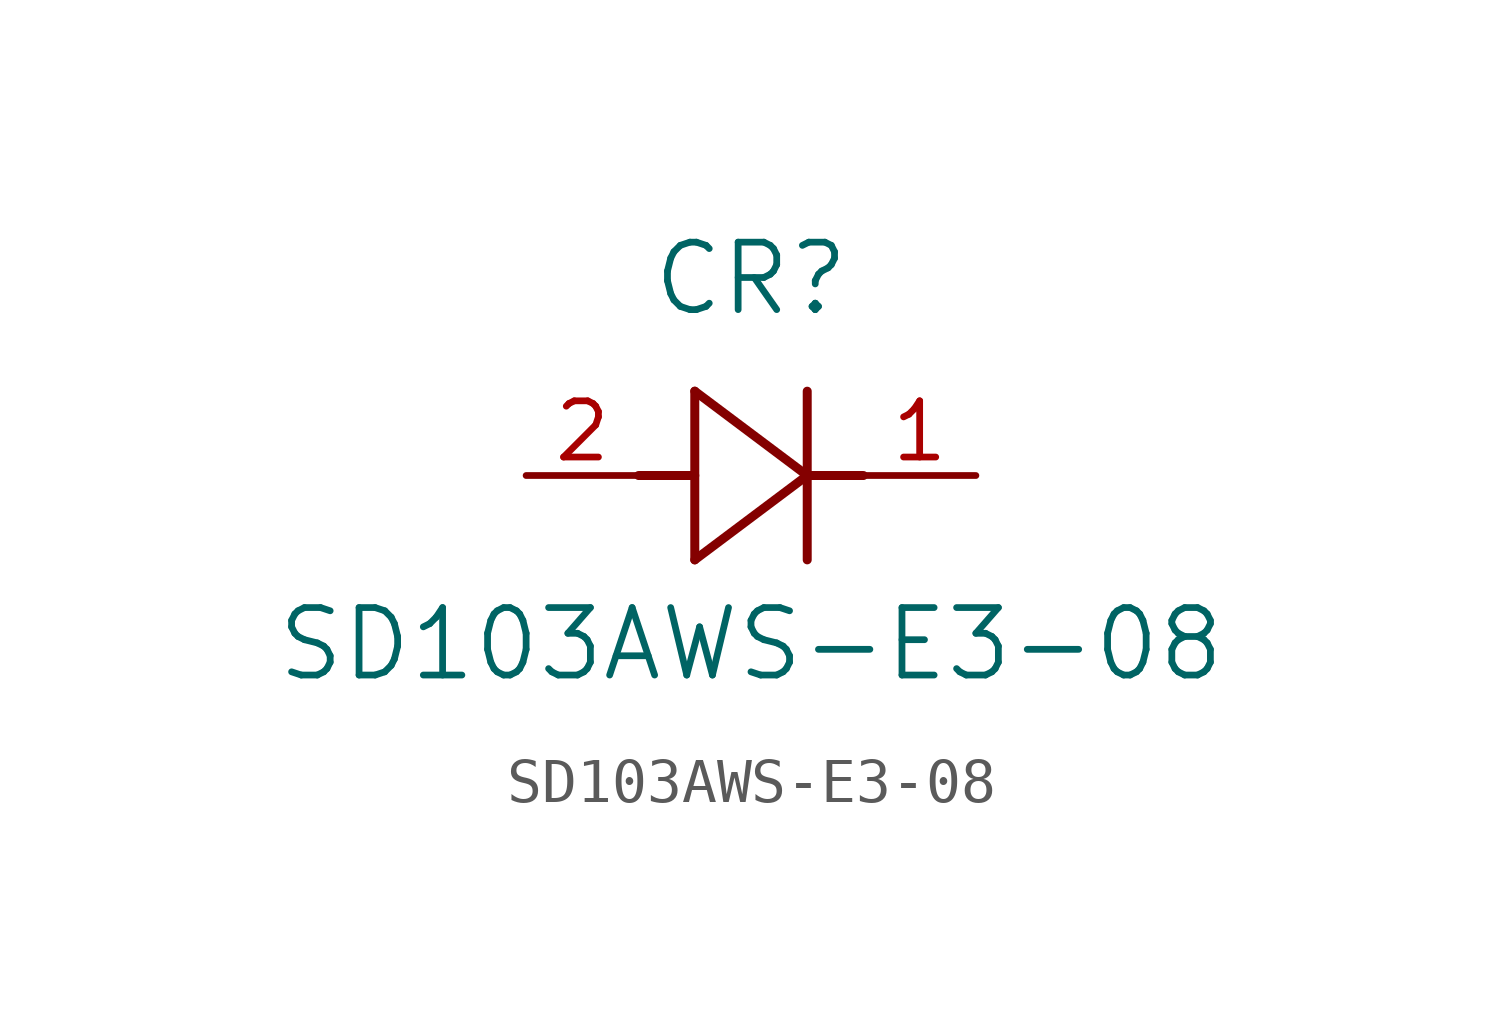
<source format=kicad_sym>
(kicad_symbol_lib
  (version 20211014)
  (generator kicad_symbol_editor)
  (symbol "SD103AWS-E3-08"
    (pin_names
      (offset 0.254))
    (property "Reference" "CR"
      (at 5.08 4.445 0)
      (effects (font (size 1.524 1.524))))
    (property "Value" "SD103AWS-E3-08"
      (at 5.08 -3.81 0)
      (effects (font (size 1.524 1.524))))
    (symbol "SD103AWS-E3-08_0_1"
      (polyline (pts (xy 2.54 0) (xy 3.48 0)) (stroke (width 0.203) (type default) (color 0 0 0 0)) (fill (type none)))
      (polyline (pts (xy 3.81 1.905) (xy 3.81 -1.905)) (stroke (width 0.203) (type default) (color 0 0 0 0)) (fill (type none)))
      (polyline (pts (xy 3.175 0) (xy 3.81 0)) (stroke (width 0.203) (type default) (color 0 0 0 0)) (fill (type none)))
      (polyline (pts (xy 6.35 -1.905) (xy 6.35 1.905)) (stroke (width 0.203) (type default) (color 0 0 0 0)) (fill (type none)))
      (polyline (pts (xy 6.35 0) (xy 7.62 0)) (stroke (width 0.203) (type default) (color 0 0 0 0)) (fill (type none)))
      (polyline (pts (xy 6.35 0) (xy 3.81 1.905)) (stroke (width 0.203) (type default) (color 0 0 0 0)) (fill (type none)))
      (polyline (pts (xy 3.81 -1.905) (xy 6.35 0)) (stroke (width 0.203) (type default) (color 0 0 0 0)) (fill (type none)))
      (pin unspecified line (at 0 0 0) (length 2.54) (name "" (effects (font (size 1.27 1.27)))) (number "2" (effects (font (size 1.27 1.27)))))
      (pin unspecified line (at 10.16 0 180) (length 2.54) (name "" (effects (font (size 1.27 1.27)))) (number "1" (effects (font (size 1.27 1.27))))))))
</source>
